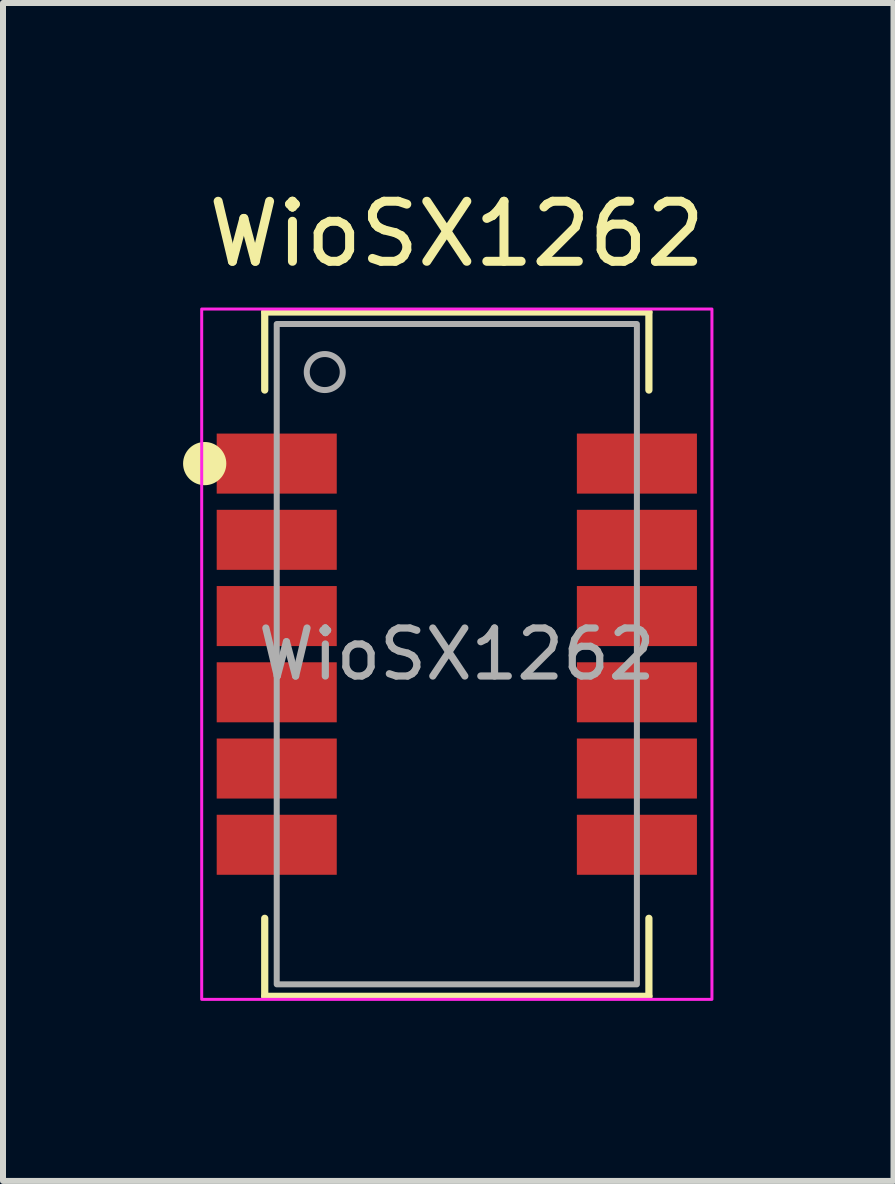
<source format=kicad_pcb>
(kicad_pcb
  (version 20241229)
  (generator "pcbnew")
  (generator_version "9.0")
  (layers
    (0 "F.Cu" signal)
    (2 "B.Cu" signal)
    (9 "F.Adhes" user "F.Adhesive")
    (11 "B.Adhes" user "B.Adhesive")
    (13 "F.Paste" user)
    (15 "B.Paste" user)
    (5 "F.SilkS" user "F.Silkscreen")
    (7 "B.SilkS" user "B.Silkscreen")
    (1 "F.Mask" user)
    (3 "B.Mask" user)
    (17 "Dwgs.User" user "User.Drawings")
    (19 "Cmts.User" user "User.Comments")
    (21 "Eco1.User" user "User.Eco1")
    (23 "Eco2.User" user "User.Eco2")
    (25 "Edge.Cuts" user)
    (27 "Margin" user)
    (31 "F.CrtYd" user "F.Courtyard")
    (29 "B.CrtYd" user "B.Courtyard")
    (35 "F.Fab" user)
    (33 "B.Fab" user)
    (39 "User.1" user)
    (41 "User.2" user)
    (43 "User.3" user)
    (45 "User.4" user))
  (footprint "WioSX1262"
    (layer "F.Cu")
    (at 4.56 7.848)
    (property "Reference" "WioSX1262" (at 0 -7 0) (layer "F.SilkS") (effects (font (size 1 1) (thickness 0.15))))
    (attr smd)
    (fp_line (start -3.2 -5.7) (end -3.2 -4.4) (stroke (width 0.12) (type solid)) (layer "F.SilkS"))
    (fp_line (start -3.2 -5.7) (end 3.2 -5.7) (stroke (width 0.12) (type solid)) (layer "F.SilkS"))
    (fp_line (start -3.2 4.4) (end -3.2 5.7) (stroke (width 0.12) (type solid)) (layer "F.SilkS"))
    (fp_line (start -3.2 5.7) (end 3.2 5.7) (stroke (width 0.12) (type solid)) (layer "F.SilkS"))
    (fp_line (start 3.2 -5.7) (end 3.2 -4.4) (stroke (width 0.12) (type solid)) (layer "F.SilkS"))
    (fp_line (start 3.2 4.4) (end 3.2 5.7) (stroke (width 0.12) (type solid)) (layer "F.SilkS"))
    (fp_circle (center -4.2 -3.175) (end -3.9 -3.175) (stroke (width 0.12) (type solid)) (fill yes) (layer "F.SilkS"))
    (fp_rect (start -4.25 -5.75) (end 4.25 5.75) (stroke (width 0.05) (type solid)) (fill no) (layer "F.CrtYd"))
    (fp_rect (start -3 -5.5) (end 3 5.5) (stroke (width 0.1) (type solid)) (fill no) (layer "F.Fab"))
    (fp_circle (center -2.2 -4.7) (end -1.9 -4.7) (stroke (width 0.1) (type solid)) (fill no) (layer "F.Fab"))
    (fp_text user "${REFERENCE}" (at 0 0 0) (layer "F.Fab") (effects (font (size 0.8 0.8) (thickness 0.12))))
    (pad "1" smd rect (at -3 -3.175) (size 2 1) (layers "F.Cu" "F.Mask" "F.Paste"))
    (pad "2" smd rect (at -3 -1.905) (size 2 1) (layers "F.Cu" "F.Mask" "F.Paste"))
    (pad "3" smd rect (at -3 -0.635) (size 2 1) (layers "F.Cu" "F.Mask" "F.Paste"))
    (pad "4" smd rect (at -3 0.635) (size 2 1) (layers "F.Cu" "F.Mask" "F.Paste"))
    (pad "5" smd rect (at -3 1.905) (size 2 1) (layers "F.Cu" "F.Mask" "F.Paste"))
    (pad "6" smd rect (at -3 3.175) (size 2 1) (layers "F.Cu" "F.Mask" "F.Paste"))
    (pad "7" smd rect (at 3 -3.175) (size 2 1) (layers "F.Cu" "F.Mask" "F.Paste"))
    (pad "8" smd rect (at 3 -1.905) (size 2 1) (layers "F.Cu" "F.Mask" "F.Paste"))
    (pad "9" smd rect (at 3 -0.635) (size 2 1) (layers "F.Cu" "F.Mask" "F.Paste"))
    (pad "10" smd rect (at 3 0.635) (size 2 1) (layers "F.Cu" "F.Mask" "F.Paste"))
    (pad "11" smd rect (at 3 1.905) (size 2 1) (layers "F.Cu" "F.Mask" "F.Paste"))
    (pad "12" smd rect (at 3 3.175) (size 2 1) (layers "F.Cu" "F.Mask" "F.Paste")))
  (gr_rect
    (start -3 -3)
    (end 11.835 16.623)
    (stroke (width 0.1) (type default))
    (fill no)
    (layer "Edge.Cuts")))
</source>
